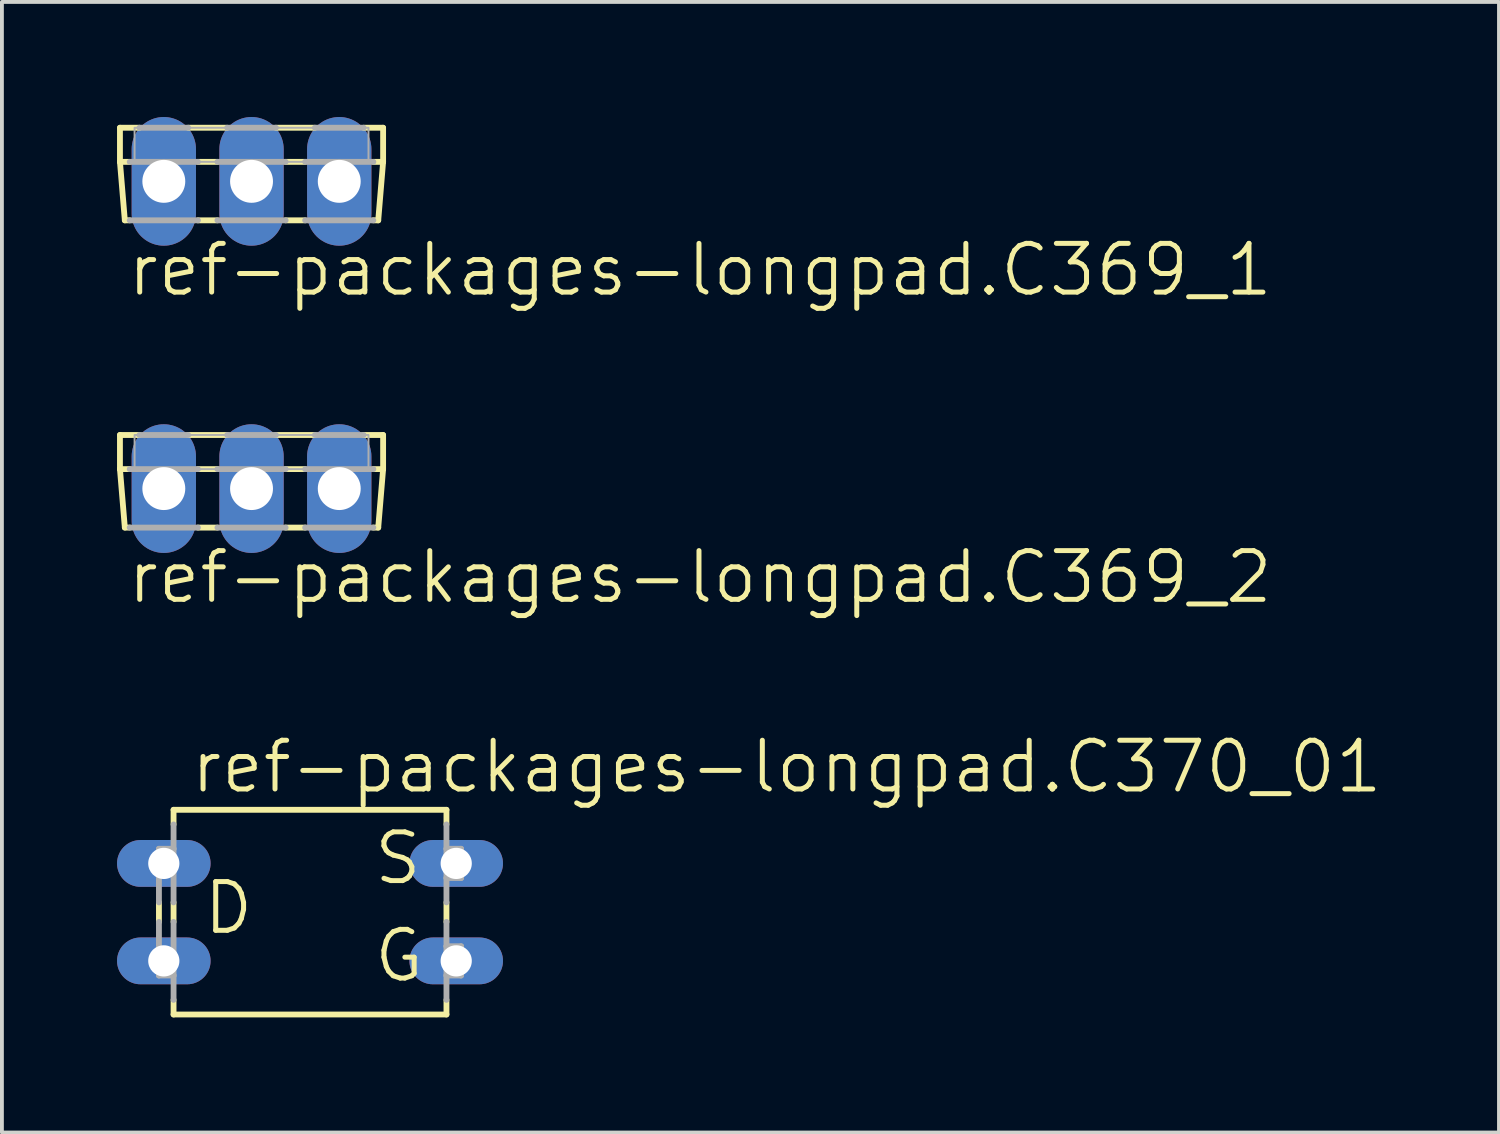
<source format=kicad_pcb>
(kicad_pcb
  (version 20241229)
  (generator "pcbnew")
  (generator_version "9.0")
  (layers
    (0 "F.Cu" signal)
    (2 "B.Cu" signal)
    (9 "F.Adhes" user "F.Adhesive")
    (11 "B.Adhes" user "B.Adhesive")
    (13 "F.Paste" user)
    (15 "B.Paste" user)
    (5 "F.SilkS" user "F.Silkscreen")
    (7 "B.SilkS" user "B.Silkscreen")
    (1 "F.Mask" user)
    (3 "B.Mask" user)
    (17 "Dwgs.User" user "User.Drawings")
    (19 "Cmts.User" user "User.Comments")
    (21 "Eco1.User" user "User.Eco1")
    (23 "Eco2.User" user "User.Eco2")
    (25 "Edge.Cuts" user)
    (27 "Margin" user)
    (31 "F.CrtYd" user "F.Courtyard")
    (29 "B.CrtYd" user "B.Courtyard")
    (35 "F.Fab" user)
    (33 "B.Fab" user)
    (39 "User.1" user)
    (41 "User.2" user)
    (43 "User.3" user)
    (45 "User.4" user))
  (footprint "ref-packages-longpad.C369_1"
    (layer "F.Cu")
    (at 3.505 0.279)
    (property "Reference" "ref-packages-longpad.C369_1" (at -3.302 4.445 0) (layer "F.SilkS") (effects (font (size 1.27 1.27) (thickness 0.13)) (justify left bottom)))
    (attr through_hole)
    (fp_line (start -3.429 0) (end -3.429 0.889) (stroke (width 0.152) (type default)) (layer "F.SilkS"))
    (fp_line (start -3.429 0) (end -2.921 0) (stroke (width 0.152) (type default)) (layer "F.SilkS"))
    (fp_line (start -3.429 0.889) (end -3.302 2.413) (stroke (width 0.152) (type default)) (layer "F.SilkS"))
    (fp_line (start -3.429 0.889) (end -3.175 0.889) (stroke (width 0.152) (type default)) (layer "F.SilkS"))
    (fp_line (start -3.302 2.413) (end -3.175 2.413) (stroke (width 0.152) (type default)) (layer "F.SilkS"))
    (fp_line (start -1.397 0.889) (end -0.889 0.889) (stroke (width 0.152) (type default)) (layer "F.SilkS"))
    (fp_line (start -0.889 2.413) (end -1.397 2.413) (stroke (width 0.152) (type default)) (layer "F.SilkS"))
    (fp_line (start -0.635 0) (end -1.651 0) (stroke (width 0.152) (type default)) (layer "F.SilkS"))
    (fp_line (start 0.889 0.889) (end 1.397 0.889) (stroke (width 0.152) (type default)) (layer "F.SilkS"))
    (fp_line (start 1.397 2.413) (end 0.889 2.413) (stroke (width 0.152) (type default)) (layer "F.SilkS"))
    (fp_line (start 1.651 0) (end 0.635 0) (stroke (width 0.152) (type default)) (layer "F.SilkS"))
    (fp_line (start 3.302 2.413) (end 3.175 2.413) (stroke (width 0.152) (type default)) (layer "F.SilkS"))
    (fp_line (start 3.429 0) (end 2.921 0) (stroke (width 0.152) (type default)) (layer "F.SilkS"))
    (fp_line (start 3.429 0) (end 3.429 0.889) (stroke (width 0.152) (type default)) (layer "F.SilkS"))
    (fp_line (start 3.429 0.889) (end 3.175 0.889) (stroke (width 0.152) (type default)) (layer "F.SilkS"))
    (fp_line (start 3.429 0.889) (end 3.302 2.413) (stroke (width 0.152) (type default)) (layer "F.SilkS"))
    (fp_line (start -3.175 0.889) (end -1.397 0.889) (stroke (width 0.152) (type default)) (layer "F.Fab"))
    (fp_line (start -3.175 2.413) (end -1.397 2.413) (stroke (width 0.152) (type default)) (layer "F.Fab"))
    (fp_line (start -2.921 0) (end -1.651 0) (stroke (width 0.152) (type default)) (layer "F.Fab"))
    (fp_line (start -0.889 0.889) (end 0.889 0.889) (stroke (width 0.152) (type default)) (layer "F.Fab"))
    (fp_line (start 0.635 0) (end -0.635 0) (stroke (width 0.152) (type default)) (layer "F.Fab"))
    (fp_line (start 0.889 2.413) (end -0.889 2.413) (stroke (width 0.152) (type default)) (layer "F.Fab"))
    (fp_line (start 2.921 0) (end 1.651 0) (stroke (width 0.152) (type default)) (layer "F.Fab"))
    (fp_line (start 3.175 0.889) (end 1.397 0.889) (stroke (width 0.152) (type default)) (layer "F.Fab"))
    (fp_line (start 3.175 2.413) (end 1.397 2.413) (stroke (width 0.152) (type default)) (layer "F.Fab"))
    (fp_rect (start -3.048 0.889) (end 3.048 0) (stroke (width 0.05) (type default)) (fill no) (layer "F.Fab"))
    (pad "D" thru_hole oval (at 0 1.397 90) (size 3.353 1.676) (drill 1.118) (layers "*.Cu" "*.Mask"))
    (pad "G" thru_hole oval (at -2.286 1.397 90) (size 3.353 1.676) (drill 1.118) (layers "*.Cu" "*.Mask"))
    (pad "S" thru_hole oval (at 2.286 1.397 90) (size 3.353 1.676) (drill 1.118) (layers "*.Cu" "*.Mask")))
  (footprint "ref-packages-longpad.C369_2"
    (layer "F.Cu")
    (at 3.505 8.286)
    (property "Reference" "ref-packages-longpad.C369_2" (at -3.302 4.445 0) (layer "F.SilkS") (effects (font (size 1.27 1.27) (thickness 0.13)) (justify left bottom)))
    (attr through_hole)
    (fp_line (start -3.429 0) (end -3.429 0.889) (stroke (width 0.152) (type default)) (layer "F.SilkS"))
    (fp_line (start -3.429 0) (end -2.921 0) (stroke (width 0.152) (type default)) (layer "F.SilkS"))
    (fp_line (start -3.429 0.889) (end -3.302 2.413) (stroke (width 0.152) (type default)) (layer "F.SilkS"))
    (fp_line (start -3.429 0.889) (end -3.175 0.889) (stroke (width 0.152) (type default)) (layer "F.SilkS"))
    (fp_line (start -3.302 2.413) (end -3.175 2.413) (stroke (width 0.152) (type default)) (layer "F.SilkS"))
    (fp_line (start -1.397 0.889) (end -0.889 0.889) (stroke (width 0.152) (type default)) (layer "F.SilkS"))
    (fp_line (start -0.889 2.413) (end -1.397 2.413) (stroke (width 0.152) (type default)) (layer "F.SilkS"))
    (fp_line (start -0.635 0) (end -1.651 0) (stroke (width 0.152) (type default)) (layer "F.SilkS"))
    (fp_line (start 0.889 0.889) (end 1.397 0.889) (stroke (width 0.152) (type default)) (layer "F.SilkS"))
    (fp_line (start 1.397 2.413) (end 0.889 2.413) (stroke (width 0.152) (type default)) (layer "F.SilkS"))
    (fp_line (start 1.651 0) (end 0.635 0) (stroke (width 0.152) (type default)) (layer "F.SilkS"))
    (fp_line (start 3.302 2.413) (end 3.175 2.413) (stroke (width 0.152) (type default)) (layer "F.SilkS"))
    (fp_line (start 3.429 0) (end 2.921 0) (stroke (width 0.152) (type default)) (layer "F.SilkS"))
    (fp_line (start 3.429 0) (end 3.429 0.889) (stroke (width 0.152) (type default)) (layer "F.SilkS"))
    (fp_line (start 3.429 0.889) (end 3.175 0.889) (stroke (width 0.152) (type default)) (layer "F.SilkS"))
    (fp_line (start 3.429 0.889) (end 3.302 2.413) (stroke (width 0.152) (type default)) (layer "F.SilkS"))
    (fp_line (start -3.175 0.889) (end -1.397 0.889) (stroke (width 0.152) (type default)) (layer "F.Fab"))
    (fp_line (start -3.175 2.413) (end -1.397 2.413) (stroke (width 0.152) (type default)) (layer "F.Fab"))
    (fp_line (start -2.921 0) (end -1.651 0) (stroke (width 0.152) (type default)) (layer "F.Fab"))
    (fp_line (start -0.889 0.889) (end 0.889 0.889) (stroke (width 0.152) (type default)) (layer "F.Fab"))
    (fp_line (start 0.635 0) (end -0.635 0) (stroke (width 0.152) (type default)) (layer "F.Fab"))
    (fp_line (start 0.889 2.413) (end -0.889 2.413) (stroke (width 0.152) (type default)) (layer "F.Fab"))
    (fp_line (start 2.921 0) (end 1.651 0) (stroke (width 0.152) (type default)) (layer "F.Fab"))
    (fp_line (start 3.175 0.889) (end 1.397 0.889) (stroke (width 0.152) (type default)) (layer "F.Fab"))
    (fp_line (start 3.175 2.413) (end 1.397 2.413) (stroke (width 0.152) (type default)) (layer "F.Fab"))
    (fp_rect (start -3.048 0.889) (end 3.048 0) (stroke (width 0.05) (type default)) (fill no) (layer "F.Fab"))
    (pad "B" thru_hole oval (at -2.286 1.397 90) (size 3.353 1.676) (drill 1.118) (layers "*.Cu" "*.Mask"))
    (pad "C" thru_hole oval (at 0 1.397 90) (size 3.353 1.676) (drill 1.118) (layers "*.Cu" "*.Mask"))
    (pad "E" thru_hole oval (at 2.286 1.397 90) (size 3.353 1.676) (drill 1.118) (layers "*.Cu" "*.Mask")))
  (footprint "ref-packages-longpad.C370_01"
    (layer "F.Cu")
    (at 5.029 20.721)
    (property "Reference" "ref-packages-longpad.C370_01" (at -3.175 -3.048 0) (layer "F.SilkS") (effects (font (size 1.27 1.27) (thickness 0.13)) (justify left bottom)))
    (attr through_hole)
    (fp_line (start -3.937 0.254) (end -3.937 -0.254) (stroke (width 0.152) (type default)) (layer "F.SilkS"))
    (fp_line (start -3.556 -2.667) (end -3.556 -2.286) (stroke (width 0.152) (type default)) (layer "F.SilkS"))
    (fp_line (start -3.556 0.254) (end -3.556 -0.254) (stroke (width 0.152) (type default)) (layer "F.SilkS"))
    (fp_line (start -3.556 2.286) (end -3.556 2.667) (stroke (width 0.152) (type default)) (layer "F.SilkS"))
    (fp_line (start 3.556 -2.667) (end -3.556 -2.667) (stroke (width 0.152) (type default)) (layer "F.SilkS"))
    (fp_line (start 3.556 -2.286) (end 3.556 -2.667) (stroke (width 0.152) (type default)) (layer "F.SilkS"))
    (fp_line (start 3.556 0.254) (end 3.556 -0.254) (stroke (width 0.152) (type default)) (layer "F.SilkS"))
    (fp_line (start 3.556 2.667) (end -3.556 2.667) (stroke (width 0.152) (type default)) (layer "F.SilkS"))
    (fp_line (start 3.556 2.667) (end 3.556 2.286) (stroke (width 0.152) (type default)) (layer "F.SilkS"))
    (fp_line (start -3.937 -0.254) (end -3.937 -1.651) (stroke (width 0.152) (type default)) (layer "F.Fab"))
    (fp_line (start -3.937 1.651) (end -3.937 0.254) (stroke (width 0.152) (type default)) (layer "F.Fab"))
    (fp_line (start -3.937 1.651) (end -3.556 1.651) (stroke (width 0.152) (type default)) (layer "F.Fab"))
    (fp_line (start -3.556 -1.651) (end -3.937 -1.651) (stroke (width 0.152) (type default)) (layer "F.Fab"))
    (fp_line (start -3.556 -1.651) (end -3.556 -2.286) (stroke (width 0.152) (type default)) (layer "F.Fab"))
    (fp_line (start -3.556 -0.254) (end -3.556 -1.651) (stroke (width 0.152) (type default)) (layer "F.Fab"))
    (fp_line (start -3.556 1.651) (end -3.556 0.254) (stroke (width 0.152) (type default)) (layer "F.Fab"))
    (fp_line (start -3.556 2.286) (end -3.556 1.651) (stroke (width 0.152) (type default)) (layer "F.Fab"))
    (fp_line (start 3.556 -1.651) (end 3.556 -2.286) (stroke (width 0.152) (type default)) (layer "F.Fab"))
    (fp_line (start 3.556 -1.651) (end 3.937 -1.651) (stroke (width 0.152) (type default)) (layer "F.Fab"))
    (fp_line (start 3.556 -0.889) (end 3.556 -1.651) (stroke (width 0.152) (type default)) (layer "F.Fab"))
    (fp_line (start 3.556 -0.254) (end 3.556 -0.889) (stroke (width 0.152) (type default)) (layer "F.Fab"))
    (fp_line (start 3.556 0.889) (end 3.556 0.254) (stroke (width 0.152) (type default)) (layer "F.Fab"))
    (fp_line (start 3.556 0.889) (end 3.937 0.889) (stroke (width 0.152) (type default)) (layer "F.Fab"))
    (fp_line (start 3.556 1.651) (end 3.556 0.889) (stroke (width 0.152) (type default)) (layer "F.Fab"))
    (fp_line (start 3.556 2.286) (end 3.556 1.651) (stroke (width 0.152) (type default)) (layer "F.Fab"))
    (fp_line (start 3.937 -1.651) (end 3.937 -0.889) (stroke (width 0.152) (type default)) (layer "F.Fab"))
    (fp_line (start 3.937 -0.889) (end 3.556 -0.889) (stroke (width 0.152) (type default)) (layer "F.Fab"))
    (fp_line (start 3.937 0.889) (end 3.937 1.651) (stroke (width 0.152) (type default)) (layer "F.Fab"))
    (fp_line (start 3.937 1.651) (end 3.556 1.651) (stroke (width 0.152) (type default)) (layer "F.Fab"))
    (fp_text user "S" (at 1.6 -0.66 0) (layer "F.SilkS") (effects (font (size 1.27 1.27) (thickness 0.13)) (justify left bottom)))
    (fp_text user "D" (at -2.845 0.635 0) (layer "F.SilkS") (effects (font (size 1.27 1.27) (thickness 0.13)) (justify left bottom)))
    (fp_text user "G" (at 1.6 1.88 0) (layer "F.SilkS") (effects (font (size 1.27 1.27) (thickness 0.13)) (justify left bottom)))
    (pad "D" thru_hole oval (at -3.81 -1.27) (size 2.438 1.219) (drill 0.813) (layers "*.Cu" "*.Mask"))
    (pad "D1" thru_hole oval (at -3.81 1.27) (size 2.438 1.219) (drill 0.813) (layers "*.Cu" "*.Mask"))
    (pad "G" thru_hole oval (at 3.81 1.27) (size 2.438 1.219) (drill 0.813) (layers "*.Cu" "*.Mask"))
    (pad "S" thru_hole oval (at 3.81 -1.27) (size 2.438 1.219) (drill 0.813) (layers "*.Cu" "*.Mask")))
  (gr_rect
    (start -3 -3)
    (end 36.014 26.464)
    (stroke (width 0.1) (type default))
    (fill no)
    (layer "Edge.Cuts")))
</source>
